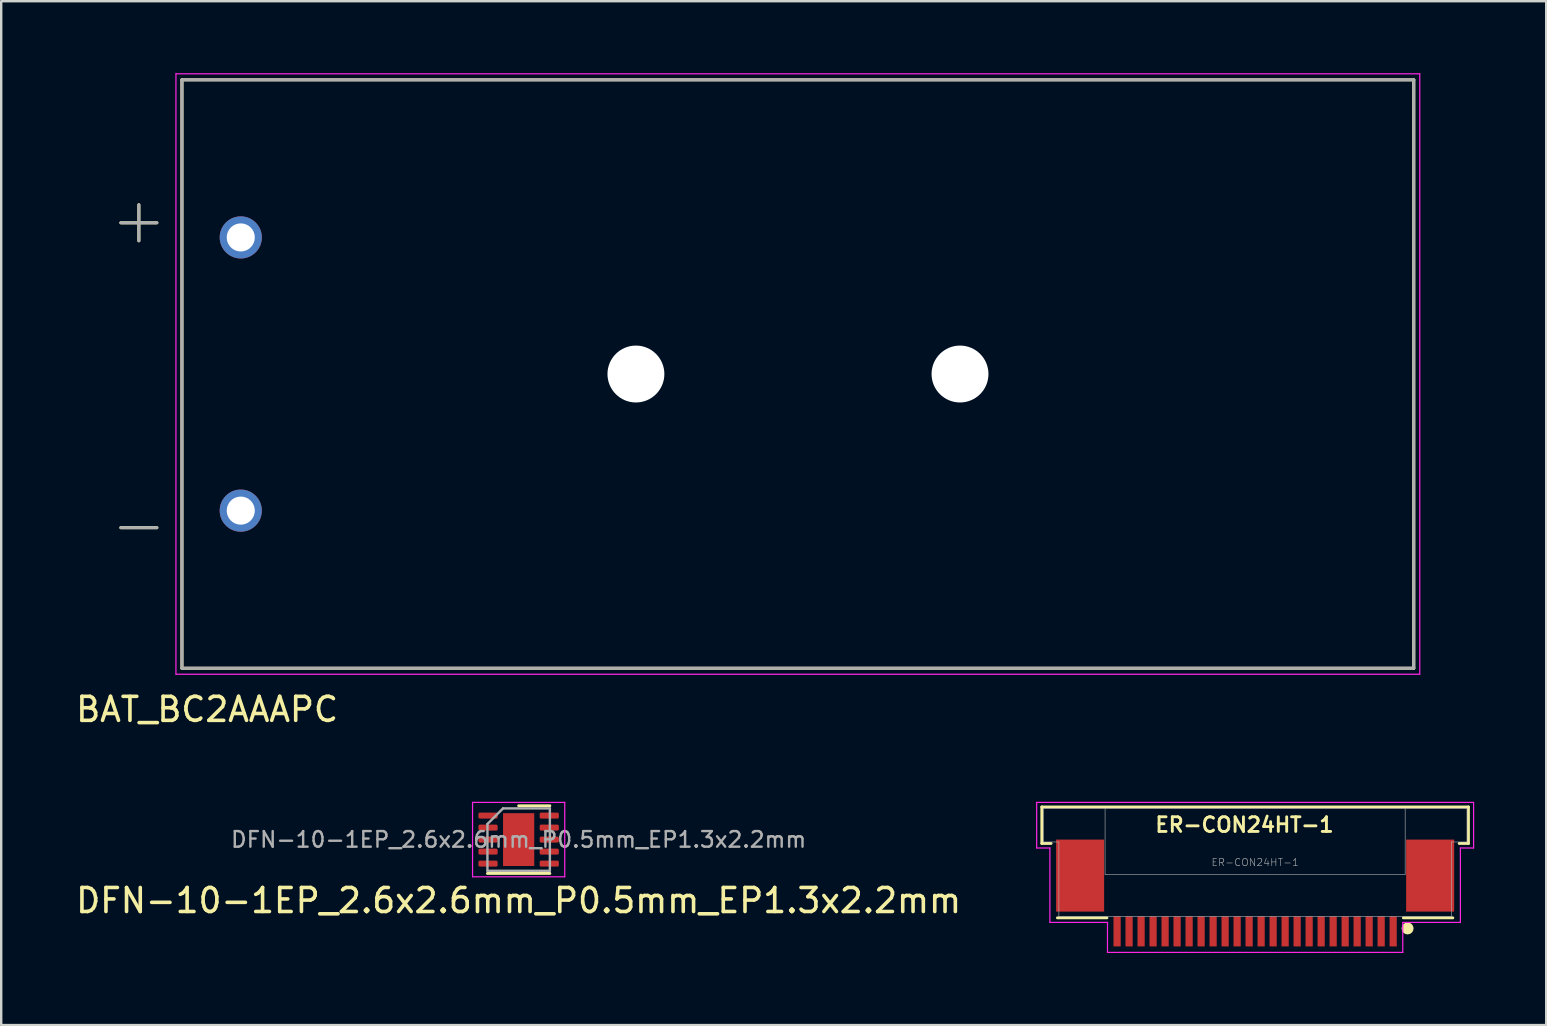
<source format=kicad_pcb>
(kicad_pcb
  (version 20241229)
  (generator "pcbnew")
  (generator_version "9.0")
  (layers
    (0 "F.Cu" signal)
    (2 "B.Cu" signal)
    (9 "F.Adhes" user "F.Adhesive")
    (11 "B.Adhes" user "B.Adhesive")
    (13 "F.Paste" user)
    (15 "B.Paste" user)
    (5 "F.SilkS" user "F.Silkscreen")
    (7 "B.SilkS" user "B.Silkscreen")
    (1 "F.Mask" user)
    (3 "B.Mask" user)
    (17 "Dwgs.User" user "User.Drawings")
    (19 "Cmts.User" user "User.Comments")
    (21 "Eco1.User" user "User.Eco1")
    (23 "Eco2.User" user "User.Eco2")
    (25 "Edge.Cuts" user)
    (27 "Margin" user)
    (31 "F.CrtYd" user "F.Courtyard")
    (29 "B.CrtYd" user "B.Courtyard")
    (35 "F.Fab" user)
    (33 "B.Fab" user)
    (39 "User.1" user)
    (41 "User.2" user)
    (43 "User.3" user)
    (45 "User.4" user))
  (footprint "DFN-10-1EP_2.6x2.6mm_P0.5mm_EP1.3x2.2mm"
    (layer "F.Cu")
    (at 18.554 31.923)
    (property "Reference" "DFN-10-1EP_2.6x2.6mm_P0.5mm_EP1.3x2.2mm" (at 0 2.54 0) (layer "F.SilkS") (effects (font (size 1 1) (thickness 0.15))))
    (attr smd)
    (fp_line (start -1.3 1.41) (end 1.3 1.41) (stroke (width 0.12) (type solid)) (layer "F.SilkS"))
    (fp_line (start 0 -1.41) (end 1.3 -1.41) (stroke (width 0.12) (type solid)) (layer "F.SilkS"))
    (fp_line (start -1.92 -1.55) (end -1.92 1.55) (stroke (width 0.05) (type solid)) (layer "F.CrtYd"))
    (fp_line (start -1.92 1.55) (end 1.92 1.55) (stroke (width 0.05) (type solid)) (layer "F.CrtYd"))
    (fp_line (start 1.92 -1.55) (end -1.92 -1.55) (stroke (width 0.05) (type solid)) (layer "F.CrtYd"))
    (fp_line (start 1.92 1.55) (end 1.92 -1.55) (stroke (width 0.05) (type solid)) (layer "F.CrtYd"))
    (fp_line (start -1.3 -0.65) (end -0.65 -1.3) (stroke (width 0.1) (type solid)) (layer "F.Fab"))
    (fp_line (start -1.3 1.3) (end -1.3 -0.65) (stroke (width 0.1) (type solid)) (layer "F.Fab"))
    (fp_line (start -0.65 -1.3) (end 1.3 -1.3) (stroke (width 0.1) (type solid)) (layer "F.Fab"))
    (fp_line (start 1.3 -1.3) (end 1.3 1.3) (stroke (width 0.1) (type solid)) (layer "F.Fab"))
    (fp_line (start 1.3 1.3) (end -1.3 1.3) (stroke (width 0.1) (type solid)) (layer "F.Fab"))
    (fp_text user "${REFERENCE}" (at 0 0 180) (layer "F.Fab") (effects (font (size 0.65 0.65) (thickness 0.1))))
    (pad "" smd roundrect (at -0.325 -0.55) (size 0.52 0.89) (layers "F.Paste") (roundrect_rratio 0.25))
    (pad "" smd roundrect (at -0.325 0.55) (size 0.52 0.89) (layers "F.Paste") (roundrect_rratio 0.25))
    (pad "" smd roundrect (at 0.325 -0.55) (size 0.52 0.89) (layers "F.Paste") (roundrect_rratio 0.25))
    (pad "" smd roundrect (at 0.325 0.55) (size 0.52 0.89) (layers "F.Paste") (roundrect_rratio 0.25))
    (pad "1" smd roundrect (at -1.275 -1) (size 0.8 0.25) (layers "F.Cu" "F.Mask" "F.Paste") (roundrect_rratio 0.25))
    (pad "2" smd roundrect (at -1.275 -0.5) (size 0.8 0.25) (layers "F.Cu" "F.Mask" "F.Paste") (roundrect_rratio 0.25))
    (pad "3" smd roundrect (at -1.275 0) (size 0.8 0.25) (layers "F.Cu" "F.Mask" "F.Paste") (roundrect_rratio 0.25))
    (pad "4" smd roundrect (at -1.275 0.5) (size 0.8 0.25) (layers "F.Cu" "F.Mask" "F.Paste") (roundrect_rratio 0.25))
    (pad "5" smd roundrect (at -1.275 1) (size 0.8 0.25) (layers "F.Cu" "F.Mask" "F.Paste") (roundrect_rratio 0.25))
    (pad "6" smd roundrect (at 1.275 1) (size 0.8 0.25) (layers "F.Cu" "F.Mask" "F.Paste") (roundrect_rratio 0.25))
    (pad "7" smd roundrect (at 1.275 0.5) (size 0.8 0.25) (layers "F.Cu" "F.Mask" "F.Paste") (roundrect_rratio 0.25))
    (pad "8" smd roundrect (at 1.275 0) (size 0.8 0.25) (layers "F.Cu" "F.Mask" "F.Paste") (roundrect_rratio 0.25))
    (pad "9" smd roundrect (at 1.275 -0.5) (size 0.8 0.25) (layers "F.Cu" "F.Mask" "F.Paste") (roundrect_rratio 0.25))
    (pad "10" smd roundrect (at 1.275 -1) (size 0.8 0.25) (layers "F.Cu" "F.Mask" "F.Paste") (roundrect_rratio 0.25))
    (pad "11" smd rect (at 0 0) (size 1.3 2.2) (layers "F.Cu" "F.Mask")))
  (footprint "ER-CON24HT-1"
    (layer "F.Cu")
    (at 49.232 32.873)
    (property "Reference" "ER-CON24HT-1" (at -0.443 -1.566 180) (layer "F.SilkS") (effects (font (size 0.61 0.61) (thickness 0.12))))
    (attr through_hole)
    (fp_line (start -8.885 -2.31) (end 8.885 -2.31) (stroke (width 0.12) (type solid)) (layer "F.SilkS"))
    (fp_line (start -8.885 -0.79) (end -8.885 -2.31) (stroke (width 0.12) (type solid)) (layer "F.SilkS"))
    (fp_line (start -8.5 -0.79) (end -8.885 -0.79) (stroke (width 0.12) (type solid)) (layer "F.SilkS"))
    (fp_line (start -8.235 2.31) (end -6.175 2.31) (stroke (width 0.12) (type solid)) (layer "F.SilkS"))
    (fp_line (start 8.235 2.31) (end 6.175 2.31) (stroke (width 0.12) (type solid)) (layer "F.SilkS"))
    (fp_line (start 8.885 -2.31) (end 8.885 -0.79) (stroke (width 0.12) (type solid)) (layer "F.SilkS"))
    (fp_line (start 8.885 -0.79) (end 8.5 -0.79) (stroke (width 0.12) (type solid)) (layer "F.SilkS"))
    (fp_circle (center 6.35 2.75) (end 6.475 2.75) (stroke (width 0.25) (type solid)) (fill no) (layer "F.SilkS"))
    (fp_line (start -9.1 -2.5) (end 9.1 -2.5) (stroke (width 0.05) (type solid)) (layer "F.CrtYd"))
    (fp_line (start -9.1 -0.6) (end -9.1 -2.5) (stroke (width 0.05) (type solid)) (layer "F.CrtYd"))
    (fp_line (start -8.55 -0.6) (end -9.1 -0.6) (stroke (width 0.05) (type solid)) (layer "F.CrtYd"))
    (fp_line (start -8.55 2.5) (end -8.55 -0.6) (stroke (width 0.05) (type solid)) (layer "F.CrtYd"))
    (fp_line (start -6.15 2.5) (end -8.55 2.5) (stroke (width 0.05) (type solid)) (layer "F.CrtYd"))
    (fp_line (start -6.15 3.75) (end -6.15 2.5) (stroke (width 0.05) (type solid)) (layer "F.CrtYd"))
    (fp_line (start 6.15 2.5) (end 6.15 3.75) (stroke (width 0.05) (type solid)) (layer "F.CrtYd"))
    (fp_line (start 6.15 3.75) (end -6.15 3.75) (stroke (width 0.05) (type solid)) (layer "F.CrtYd"))
    (fp_line (start 8.55 -0.6) (end 8.55 2.5) (stroke (width 0.05) (type solid)) (layer "F.CrtYd"))
    (fp_line (start 8.55 2.5) (end 6.15 2.5) (stroke (width 0.05) (type solid)) (layer "F.CrtYd"))
    (fp_line (start 9.1 -2.5) (end 9.1 -0.6) (stroke (width 0.05) (type solid)) (layer "F.CrtYd"))
    (fp_line (start 9.1 -0.6) (end 8.55 -0.6) (stroke (width 0.05) (type solid)) (layer "F.CrtYd"))
    (fp_line (start -8.825 -2.25) (end 8.825 -2.25) (stroke (width 0.025) (type solid)) (layer "F.Fab"))
    (fp_line (start -8.825 -0.85) (end -8.825 -2.25) (stroke (width 0.025) (type solid)) (layer "F.Fab"))
    (fp_line (start -8.825 -0.85) (end -8.175 -0.85) (stroke (width 0.025) (type solid)) (layer "F.Fab"))
    (fp_line (start -8.175 -0.85) (end -8.175 2.25) (stroke (width 0.025) (type solid)) (layer "F.Fab"))
    (fp_line (start -8.175 2.25) (end 8.175 2.25) (stroke (width 0.025) (type solid)) (layer "F.Fab"))
    (fp_line (start -6.25 -2.25) (end -6.25 0.5) (stroke (width 0.025) (type solid)) (layer "F.Fab"))
    (fp_line (start -6.25 0.5) (end 6.25 0.5) (stroke (width 0.025) (type solid)) (layer "F.Fab"))
    (fp_line (start 6.25 0.5) (end 6.25 -2.25) (stroke (width 0.025) (type solid)) (layer "F.Fab"))
    (fp_line (start 8.175 -0.85) (end 8.175 2.25) (stroke (width 0.025) (type solid)) (layer "F.Fab"))
    (fp_line (start 8.175 -0.85) (end 8.825 -0.85) (stroke (width 0.025) (type solid)) (layer "F.Fab"))
    (fp_line (start 8.825 -0.85) (end 8.825 -2.25) (stroke (width 0.025) (type solid)) (layer "F.Fab"))
    (fp_text user "${REFERENCE}" (at 0 0 180) (layer "F.Fab") (effects (font (size 0.3 0.3) (thickness 0.025))))
    (pad "1" smd rect (at 5.75 2.875) (size 0.3 1.25) (layers "F.Cu" "F.Mask" "F.Paste"))
    (pad "2" smd rect (at 5.25 2.875) (size 0.3 1.25) (layers "F.Cu" "F.Mask" "F.Paste"))
    (pad "3" smd rect (at 4.75 2.875) (size 0.3 1.25) (layers "F.Cu" "F.Mask" "F.Paste"))
    (pad "4" smd rect (at 4.25 2.875) (size 0.3 1.25) (layers "F.Cu" "F.Mask" "F.Paste"))
    (pad "5" smd rect (at 3.75 2.875) (size 0.3 1.25) (layers "F.Cu" "F.Mask" "F.Paste"))
    (pad "6" smd rect (at 3.25 2.875) (size 0.3 1.25) (layers "F.Cu" "F.Mask" "F.Paste"))
    (pad "7" smd rect (at 2.75 2.875) (size 0.3 1.25) (layers "F.Cu" "F.Mask" "F.Paste"))
    (pad "8" smd rect (at 2.25 2.875) (size 0.3 1.25) (layers "F.Cu" "F.Mask" "F.Paste"))
    (pad "9" smd rect (at 1.75 2.875) (size 0.3 1.25) (layers "F.Cu" "F.Mask" "F.Paste"))
    (pad "10" smd rect (at 1.25 2.875) (size 0.3 1.25) (layers "F.Cu" "F.Mask" "F.Paste"))
    (pad "11" smd rect (at 0.75 2.875) (size 0.3 1.25) (layers "F.Cu" "F.Mask" "F.Paste"))
    (pad "12" smd rect (at 0.25 2.875) (size 0.3 1.25) (layers "F.Cu" "F.Mask" "F.Paste"))
    (pad "13" smd rect (at -0.25 2.875) (size 0.3 1.25) (layers "F.Cu" "F.Mask" "F.Paste"))
    (pad "14" smd rect (at -0.75 2.875) (size 0.3 1.25) (layers "F.Cu" "F.Mask" "F.Paste"))
    (pad "15" smd rect (at -1.25 2.875) (size 0.3 1.25) (layers "F.Cu" "F.Mask" "F.Paste"))
    (pad "16" smd rect (at -1.75 2.875) (size 0.3 1.25) (layers "F.Cu" "F.Mask" "F.Paste"))
    (pad "17" smd rect (at -2.25 2.875) (size 0.3 1.25) (layers "F.Cu" "F.Mask" "F.Paste"))
    (pad "18" smd rect (at -2.75 2.875) (size 0.3 1.25) (layers "F.Cu" "F.Mask" "F.Paste"))
    (pad "19" smd rect (at -3.25 2.875) (size 0.3 1.25) (layers "F.Cu" "F.Mask" "F.Paste"))
    (pad "20" smd rect (at -3.75 2.875) (size 0.3 1.25) (layers "F.Cu" "F.Mask" "F.Paste"))
    (pad "21" smd rect (at -4.25 2.875) (size 0.3 1.25) (layers "F.Cu" "F.Mask" "F.Paste"))
    (pad "22" smd rect (at -4.75 2.875) (size 0.3 1.25) (layers "F.Cu" "F.Mask" "F.Paste"))
    (pad "23" smd rect (at -5.25 2.875) (size 0.3 1.25) (layers "F.Cu" "F.Mask" "F.Paste"))
    (pad "24" smd rect (at -5.75 2.875) (size 0.3 1.25) (layers "F.Cu" "F.Mask" "F.Paste"))
    (pad "SHLD" smd rect (at -7.29 0.55) (size 2 3) (layers "F.Cu" "F.Mask" "F.Paste"))
    (pad "SHLD" smd rect (at 7.29 0.55) (size 2 3) (layers "F.Cu" "F.Mask" "F.Paste")))
  (footprint "BAT_BC2AAAPC"
    (layer "F.Cu")
    (at 30.184 12.53)
    (property "Reference" "BAT_BC2AAAPC" (at -24.607 13.97 0) (layer "F.SilkS") (effects (font (size 1 1) (thickness 0.15))))
    (attr through_hole)
    (fp_line (start -28.2 -6.3) (end -26.7 -6.3) (stroke (width 0.127) (type solid)) (layer "F.SilkS"))
    (fp_line (start -28.2 6.4) (end -26.7 6.4) (stroke (width 0.127) (type solid)) (layer "F.SilkS"))
    (fp_line (start -27.45 -5.55) (end -27.45 -7.05) (stroke (width 0.127) (type solid)) (layer "F.SilkS"))
    (fp_line (start -25.655 -12.255) (end 25.655 -12.255) (stroke (width 0.127) (type solid)) (layer "F.SilkS"))
    (fp_line (start -25.655 12.255) (end -25.655 -12.255) (stroke (width 0.127) (type solid)) (layer "F.SilkS"))
    (fp_line (start 25.655 -12.255) (end 25.655 12.255) (stroke (width 0.127) (type solid)) (layer "F.SilkS"))
    (fp_line (start 25.655 12.255) (end -25.655 12.255) (stroke (width 0.127) (type solid)) (layer "F.SilkS"))
    (fp_line (start -25.905 -12.505) (end -25.905 12.505) (stroke (width 0.05) (type solid)) (layer "F.CrtYd"))
    (fp_line (start -25.905 12.505) (end 25.905 12.505) (stroke (width 0.05) (type solid)) (layer "F.CrtYd"))
    (fp_line (start 25.905 -12.505) (end -25.905 -12.505) (stroke (width 0.05) (type solid)) (layer "F.CrtYd"))
    (fp_line (start 25.905 12.505) (end 25.905 -12.505) (stroke (width 0.05) (type solid)) (layer "F.CrtYd"))
    (fp_line (start -28.2 -6.3) (end -26.7 -6.3) (stroke (width 0.127) (type solid)) (layer "F.Fab"))
    (fp_line (start -28.2 6.4) (end -26.7 6.4) (stroke (width 0.127) (type solid)) (layer "F.Fab"))
    (fp_line (start -27.45 -5.55) (end -27.45 -7.05) (stroke (width 0.127) (type solid)) (layer "F.Fab"))
    (fp_line (start -25.655 -12.255) (end 25.655 -12.255) (stroke (width 0.127) (type solid)) (layer "F.Fab"))
    (fp_line (start -25.655 12.255) (end -25.655 -12.255) (stroke (width 0.127) (type solid)) (layer "F.Fab"))
    (fp_line (start 25.655 -12.255) (end 25.655 12.255) (stroke (width 0.127) (type solid)) (layer "F.Fab"))
    (fp_line (start 25.655 12.255) (end -25.655 12.255) (stroke (width 0.127) (type solid)) (layer "F.Fab"))
    (pad "" np_thru_hole circle (at -6.745 0) (size 2.37 2.37) (drill 2.37) (layers "*.Cu" "*.Mask"))
    (pad "" np_thru_hole circle (at 6.755 0) (size 2.37 2.37) (drill 2.37) (layers "*.Cu" "*.Mask"))
    (pad "+" thru_hole circle (at -23.205 -5.69) (size 1.755 1.755) (drill 1.17) (layers "*.Cu" "*.Mask"))
    (pad "-" thru_hole circle (at -23.205 5.69) (size 1.755 1.755) (drill 1.17) (layers "*.Cu" "*.Mask")))
  (gr_rect
    (start -3 -3)
    (end 61.357 39.648)
    (stroke (width 0.1) (type default))
    (fill no)
    (layer "Edge.Cuts")))
</source>
